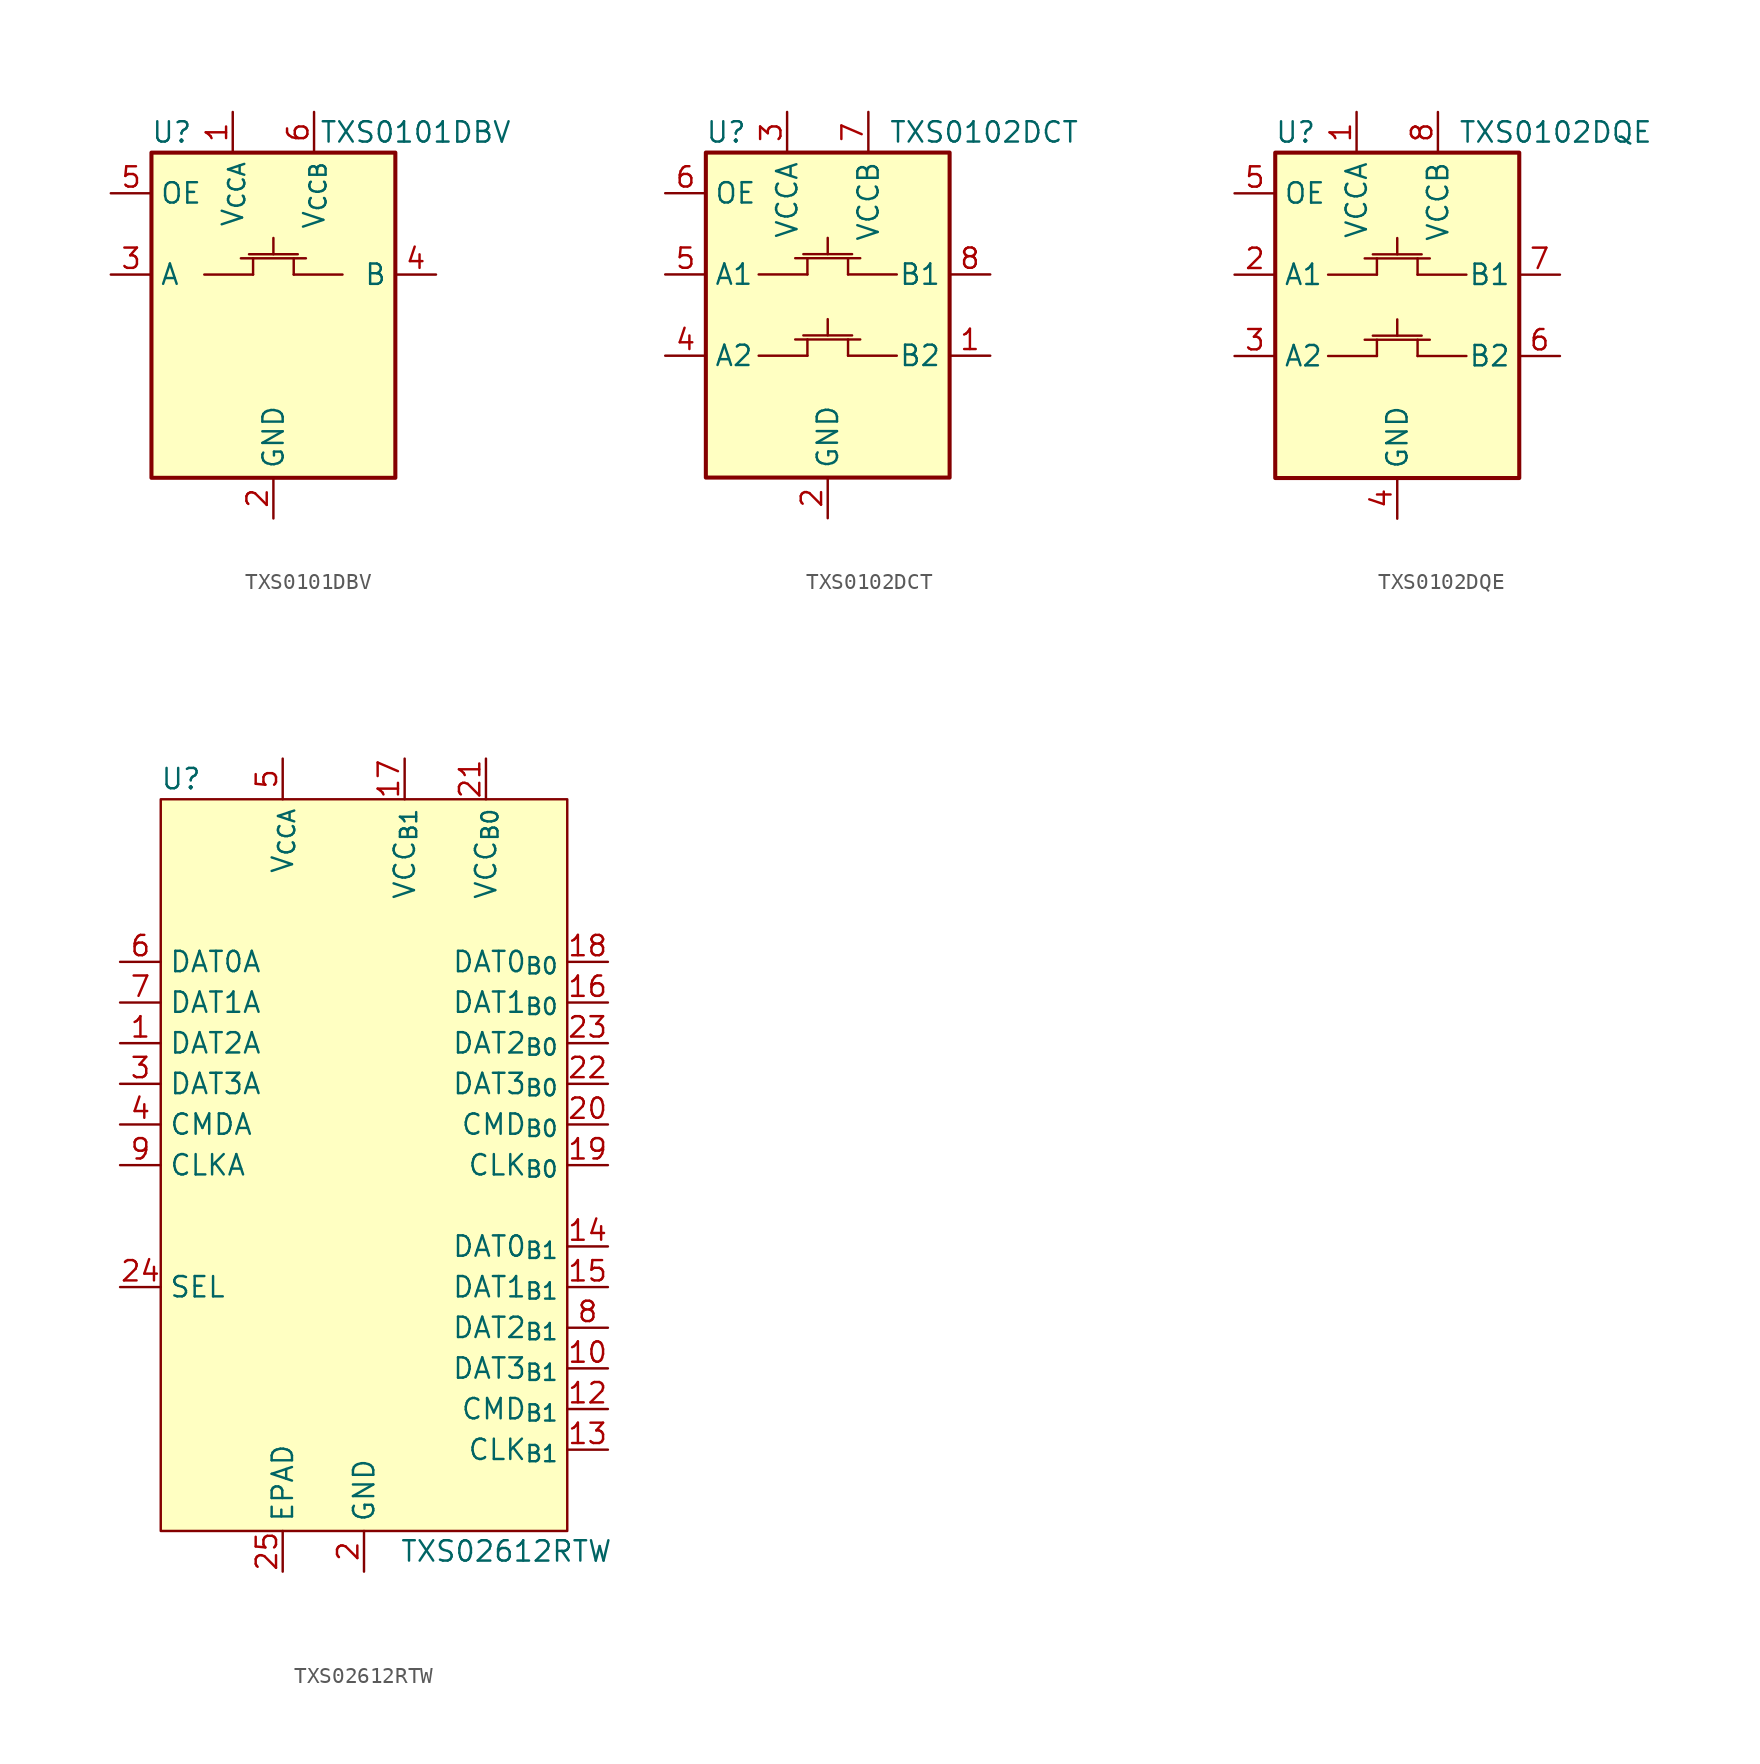
<source format=kicad_sym>
(kicad_symbol_lib
  (version 20231120)
  (generator "kicad_symbol_editor")
  (generator_version "8.0")
  (symbol "TXS0101DBV"
    (property "Reference" "U"
      (at -6.35 11.43 0)
      (effects (font (size 1.27 1.27))))
    (property "Value" "TXS0101DBV"
      (at 8.89 11.43 0)
      (effects (font (size 1.27 1.27))))
    (symbol "TXS0101DBV_0_1"
      (rectangle (start -7.62 10.16) (end 7.62 -10.16) (stroke (width 0.254) (type default)) (fill (type background))))
    (symbol "TXS0101DBV_1_1"
      (polyline (pts (xy -4.318 2.54) (xy -1.27 2.54)) (stroke (width 0) (type default)) (fill (type none)))
      (polyline (pts (xy -2.032 3.556) (xy 2.032 3.556)) (stroke (width 0) (type default)) (fill (type none)))
      (polyline (pts (xy -1.524 3.81) (xy 1.524 3.81)) (stroke (width 0) (type default)) (fill (type none)))
      (polyline (pts (xy -1.27 2.54) (xy -1.27 3.556)) (stroke (width 0) (type default)) (fill (type none)))
      (polyline (pts (xy 0 3.81) (xy 0 4.826)) (stroke (width 0) (type default)) (fill (type none)))
      (polyline (pts (xy 1.27 2.54) (xy 1.27 3.556)) (stroke (width 0) (type default)) (fill (type none)))
      (polyline (pts (xy 4.318 2.54) (xy 1.27 2.54)) (stroke (width 0) (type default)) (fill (type none)))
      (pin power_in line (at -2.54 12.7 270) (length 2.54) (name "V_{CCA}" (effects (font (size 1.27 1.27)))) (number "1" (effects (font (size 1.27 1.27)))))
      (pin power_in line (at 0 -12.7 90) (length 2.54) (name "GND" (effects (font (size 1.27 1.27)))) (number "2" (effects (font (size 1.27 1.27)))))
      (pin bidirectional line (at -10.16 2.54 0) (length 2.54) (name "A" (effects (font (size 1.27 1.27)))) (number "3" (effects (font (size 1.27 1.27)))))
      (pin bidirectional line (at 10.16 2.54 180) (length 2.54) (name "B" (effects (font (size 1.27 1.27)))) (number "4" (effects (font (size 1.27 1.27)))))
      (pin input line (at -10.16 7.62 0) (length 2.54) (name "OE" (effects (font (size 1.27 1.27)))) (number "5" (effects (font (size 1.27 1.27)))))
      (pin power_in line (at 2.54 12.7 270) (length 2.54) (name "V_{CCB}" (effects (font (size 1.27 1.27)))) (number "6" (effects (font (size 1.27 1.27)))))))
  (symbol "TXS0102DCT"
    (property "Reference" "U"
      (at -6.35 11.43 0)
      (effects (font (size 1.27 1.27))))
    (property "Value" "TXS0102DCT"
      (at 3.81 11.43 0)
      (effects (font (size 1.27 1.27)) (justify left)))
    (symbol "TXS0102DCT_0_1"
      (rectangle (start -7.62 10.16) (end 7.62 -10.16) (stroke (width 0.254) (type default)) (fill (type background)))
      (polyline (pts (xy -4.318 -2.54) (xy -1.27 -2.54)) (stroke (width 0) (type default)) (fill (type none)))
      (polyline (pts (xy -2.032 -1.524) (xy 2.032 -1.524)) (stroke (width 0) (type default)) (fill (type none)))
      (polyline (pts (xy -1.524 -1.27) (xy 1.524 -1.27)) (stroke (width 0) (type default)) (fill (type none)))
      (polyline (pts (xy -1.27 -2.54) (xy -1.27 -1.524)) (stroke (width 0) (type default)) (fill (type none)))
      (polyline (pts (xy 0 -1.27) (xy 0 -0.254)) (stroke (width 0) (type default)) (fill (type none)))
      (polyline (pts (xy 1.27 -2.54) (xy 1.27 -1.524)) (stroke (width 0) (type default)) (fill (type none)))
      (polyline (pts (xy 4.318 -2.54) (xy 1.27 -2.54)) (stroke (width 0) (type default)) (fill (type none))))
    (symbol "TXS0102DCT_1_1"
      (polyline (pts (xy -4.318 2.54) (xy -1.27 2.54)) (stroke (width 0) (type default)) (fill (type none)))
      (polyline (pts (xy -2.032 3.556) (xy 2.032 3.556)) (stroke (width 0) (type default)) (fill (type none)))
      (polyline (pts (xy -1.524 3.81) (xy 1.524 3.81)) (stroke (width 0) (type default)) (fill (type none)))
      (polyline (pts (xy -1.27 2.54) (xy -1.27 3.556)) (stroke (width 0) (type default)) (fill (type none)))
      (polyline (pts (xy 0 3.81) (xy 0 4.826)) (stroke (width 0) (type default)) (fill (type none)))
      (polyline (pts (xy 1.27 2.54) (xy 1.27 3.556)) (stroke (width 0) (type default)) (fill (type none)))
      (polyline (pts (xy 4.318 2.54) (xy 1.27 2.54)) (stroke (width 0) (type default)) (fill (type none)))
      (pin bidirectional line (at 10.16 -2.54 180) (length 2.54) (name "B2" (effects (font (size 1.27 1.27)))) (number "1" (effects (font (size 1.27 1.27)))))
      (pin power_in line (at 0 -12.7 90) (length 2.54) (name "GND" (effects (font (size 1.27 1.27)))) (number "2" (effects (font (size 1.27 1.27)))))
      (pin power_in line (at -2.54 12.7 270) (length 2.54) (name "VCCA" (effects (font (size 1.27 1.27)))) (number "3" (effects (font (size 1.27 1.27)))))
      (pin bidirectional line (at -10.16 -2.54 0) (length 2.54) (name "A2" (effects (font (size 1.27 1.27)))) (number "4" (effects (font (size 1.27 1.27)))))
      (pin bidirectional line (at -10.16 2.54 0) (length 2.54) (name "A1" (effects (font (size 1.27 1.27)))) (number "5" (effects (font (size 1.27 1.27)))))
      (pin input line (at -10.16 7.62 0) (length 2.54) (name "OE" (effects (font (size 1.27 1.27)))) (number "6" (effects (font (size 1.27 1.27)))))
      (pin power_in line (at 2.54 12.7 270) (length 2.54) (name "VCCB" (effects (font (size 1.27 1.27)))) (number "7" (effects (font (size 1.27 1.27)))))
      (pin bidirectional line (at 10.16 2.54 180) (length 2.54) (name "B1" (effects (font (size 1.27 1.27)))) (number "8" (effects (font (size 1.27 1.27)))))))
  (symbol "TXS0102DQE"
    (property "Reference" "U"
      (at -6.35 11.43 0)
      (effects (font (size 1.27 1.27))))
    (property "Value" "TXS0102DQE"
      (at 3.81 11.43 0)
      (effects (font (size 1.27 1.27)) (justify left)))
    (symbol "TXS0102DQE_0_1"
      (rectangle (start -7.62 10.16) (end 7.62 -10.16) (stroke (width 0.254) (type default)) (fill (type background)))
      (polyline (pts (xy -4.318 -2.54) (xy -1.27 -2.54)) (stroke (width 0) (type default)) (fill (type none)))
      (polyline (pts (xy -2.032 -1.524) (xy 2.032 -1.524)) (stroke (width 0) (type default)) (fill (type none)))
      (polyline (pts (xy -1.524 -1.27) (xy 1.524 -1.27)) (stroke (width 0) (type default)) (fill (type none)))
      (polyline (pts (xy -1.27 -2.54) (xy -1.27 -1.524)) (stroke (width 0) (type default)) (fill (type none)))
      (polyline (pts (xy 0 -1.27) (xy 0 -0.254)) (stroke (width 0) (type default)) (fill (type none)))
      (polyline (pts (xy 1.27 -2.54) (xy 1.27 -1.524)) (stroke (width 0) (type default)) (fill (type none)))
      (polyline (pts (xy 4.318 -2.54) (xy 1.27 -2.54)) (stroke (width 0) (type default)) (fill (type none))))
    (symbol "TXS0102DQE_1_1"
      (polyline (pts (xy -4.318 2.54) (xy -1.27 2.54)) (stroke (width 0) (type default)) (fill (type none)))
      (polyline (pts (xy -2.032 3.556) (xy 2.032 3.556)) (stroke (width 0) (type default)) (fill (type none)))
      (polyline (pts (xy -1.524 3.81) (xy 1.524 3.81)) (stroke (width 0) (type default)) (fill (type none)))
      (polyline (pts (xy -1.27 2.54) (xy -1.27 3.556)) (stroke (width 0) (type default)) (fill (type none)))
      (polyline (pts (xy 0 3.81) (xy 0 4.826)) (stroke (width 0) (type default)) (fill (type none)))
      (polyline (pts (xy 1.27 2.54) (xy 1.27 3.556)) (stroke (width 0) (type default)) (fill (type none)))
      (polyline (pts (xy 4.318 2.54) (xy 1.27 2.54)) (stroke (width 0) (type default)) (fill (type none)))
      (pin power_in line (at -2.54 12.7 270) (length 2.54) (name "VCCA" (effects (font (size 1.27 1.27)))) (number "1" (effects (font (size 1.27 1.27)))))
      (pin bidirectional line (at -10.16 2.54 0) (length 2.54) (name "A1" (effects (font (size 1.27 1.27)))) (number "2" (effects (font (size 1.27 1.27)))))
      (pin bidirectional line (at -10.16 -2.54 0) (length 2.54) (name "A2" (effects (font (size 1.27 1.27)))) (number "3" (effects (font (size 1.27 1.27)))))
      (pin power_in line (at 0 -12.7 90) (length 2.54) (name "GND" (effects (font (size 1.27 1.27)))) (number "4" (effects (font (size 1.27 1.27)))))
      (pin input line (at -10.16 7.62 0) (length 2.54) (name "OE" (effects (font (size 1.27 1.27)))) (number "5" (effects (font (size 1.27 1.27)))))
      (pin bidirectional line (at 10.16 -2.54 180) (length 2.54) (name "B2" (effects (font (size 1.27 1.27)))) (number "6" (effects (font (size 1.27 1.27)))))
      (pin bidirectional line (at 10.16 2.54 180) (length 2.54) (name "B1" (effects (font (size 1.27 1.27)))) (number "7" (effects (font (size 1.27 1.27)))))
      (pin power_in line (at 2.54 12.7 270) (length 2.54) (name "VCCB" (effects (font (size 1.27 1.27)))) (number "8" (effects (font (size 1.27 1.27)))))))
  (symbol "TXS02612RTW"
    (property "Reference" "U"
      (at -11.43 24.13 0)
      (effects (font (size 1.27 1.27))))
    (property "Value" "TXS02612RTW"
      (at 8.89 -24.13 0)
      (effects (font (size 1.27 1.27))))
    (symbol "TXS02612RTW_1_1"
      (rectangle (start -12.7 22.86) (end 12.7 -22.86) (stroke (width 0) (type default)) (fill (type background)))
      (pin bidirectional line (at -15.24 7.62 0) (length 2.54) (name "DAT2A" (effects (font (size 1.27 1.27)))) (number "1" (effects (font (size 1.27 1.27)))))
      (pin bidirectional line (at 15.24 -12.7 180) (length 2.54) (name "DAT3_{B1}" (effects (font (size 1.27 1.27)))) (number "10" (effects (font (size 1.27 1.27)))))
      (pin passive line (at 0 -25.4 90) (length 2.54) hide (name "GND" (effects (font (size 1.27 1.27)))) (number "11" (effects (font (size 1.27 1.27)))))
      (pin bidirectional line (at 15.24 -15.24 180) (length 2.54) (name "CMD_{B1}" (effects (font (size 1.27 1.27)))) (number "12" (effects (font (size 1.27 1.27)))))
      (pin output line (at 15.24 -17.78 180) (length 2.54) (name "CLK_{B1}" (effects (font (size 1.27 1.27)))) (number "13" (effects (font (size 1.27 1.27)))))
      (pin bidirectional line (at 15.24 -5.08 180) (length 2.54) (name "DAT0_{B1}" (effects (font (size 1.27 1.27)))) (number "14" (effects (font (size 1.27 1.27)))))
      (pin bidirectional line (at 15.24 -7.62 180) (length 2.54) (name "DAT1_{B1}" (effects (font (size 1.27 1.27)))) (number "15" (effects (font (size 1.27 1.27)))))
      (pin bidirectional line (at 15.24 10.16 180) (length 2.54) (name "DAT1_{B0}" (effects (font (size 1.27 1.27)))) (number "16" (effects (font (size 1.27 1.27)))))
      (pin power_in line (at 2.54 25.4 270) (length 2.54) (name "VCC_{B1}" (effects (font (size 1.27 1.27)))) (number "17" (effects (font (size 1.27 1.27)))))
      (pin bidirectional line (at 15.24 12.7 180) (length 2.54) (name "DAT0_{B0}" (effects (font (size 1.27 1.27)))) (number "18" (effects (font (size 1.27 1.27)))))
      (pin output line (at 15.24 0 180) (length 2.54) (name "CLK_{B0}" (effects (font (size 1.27 1.27)))) (number "19" (effects (font (size 1.27 1.27)))))
      (pin power_in line (at 0 -25.4 90) (length 2.54) (name "GND" (effects (font (size 1.27 1.27)))) (number "2" (effects (font (size 1.27 1.27)))))
      (pin bidirectional line (at 15.24 2.54 180) (length 2.54) (name "CMD_{B0}" (effects (font (size 1.27 1.27)))) (number "20" (effects (font (size 1.27 1.27)))))
      (pin power_in line (at 7.62 25.4 270) (length 2.54) (name "VCC_{B0}" (effects (font (size 1.27 1.27)))) (number "21" (effects (font (size 1.27 1.27)))))
      (pin bidirectional line (at 15.24 5.08 180) (length 2.54) (name "DAT3_{B0}" (effects (font (size 1.27 1.27)))) (number "22" (effects (font (size 1.27 1.27)))))
      (pin bidirectional line (at 15.24 7.62 180) (length 2.54) (name "DAT2_{B0}" (effects (font (size 1.27 1.27)))) (number "23" (effects (font (size 1.27 1.27)))))
      (pin input line (at -15.24 -7.62 0) (length 2.54) (name "SEL" (effects (font (size 1.27 1.27)))) (number "24" (effects (font (size 1.27 1.27)))))
      (pin passive line (at -5.08 -25.4 90) (length 2.54) (name "EPAD" (effects (font (size 1.27 1.27)))) (number "25" (effects (font (size 1.27 1.27)))))
      (pin bidirectional line (at -15.24 5.08 0) (length 2.54) (name "DAT3A" (effects (font (size 1.27 1.27)))) (number "3" (effects (font (size 1.27 1.27)))))
      (pin bidirectional line (at -15.24 2.54 0) (length 2.54) (name "CMDA" (effects (font (size 1.27 1.27)))) (number "4" (effects (font (size 1.27 1.27)))))
      (pin power_in line (at -5.08 25.4 270) (length 2.54) (name "V_{CCA}" (effects (font (size 1.27 1.27)))) (number "5" (effects (font (size 1.27 1.27)))))
      (pin bidirectional line (at -15.24 12.7 0) (length 2.54) (name "DAT0A" (effects (font (size 1.27 1.27)))) (number "6" (effects (font (size 1.27 1.27)))))
      (pin bidirectional line (at -15.24 10.16 0) (length 2.54) (name "DAT1A" (effects (font (size 1.27 1.27)))) (number "7" (effects (font (size 1.27 1.27)))))
      (pin bidirectional line (at 15.24 -10.16 180) (length 2.54) (name "DAT2_{B1}" (effects (font (size 1.27 1.27)))) (number "8" (effects (font (size 1.27 1.27)))))
      (pin input line (at -15.24 0 0) (length 2.54) (name "CLKA" (effects (font (size 1.27 1.27)))) (number "9" (effects (font (size 1.27 1.27))))))))
</source>
